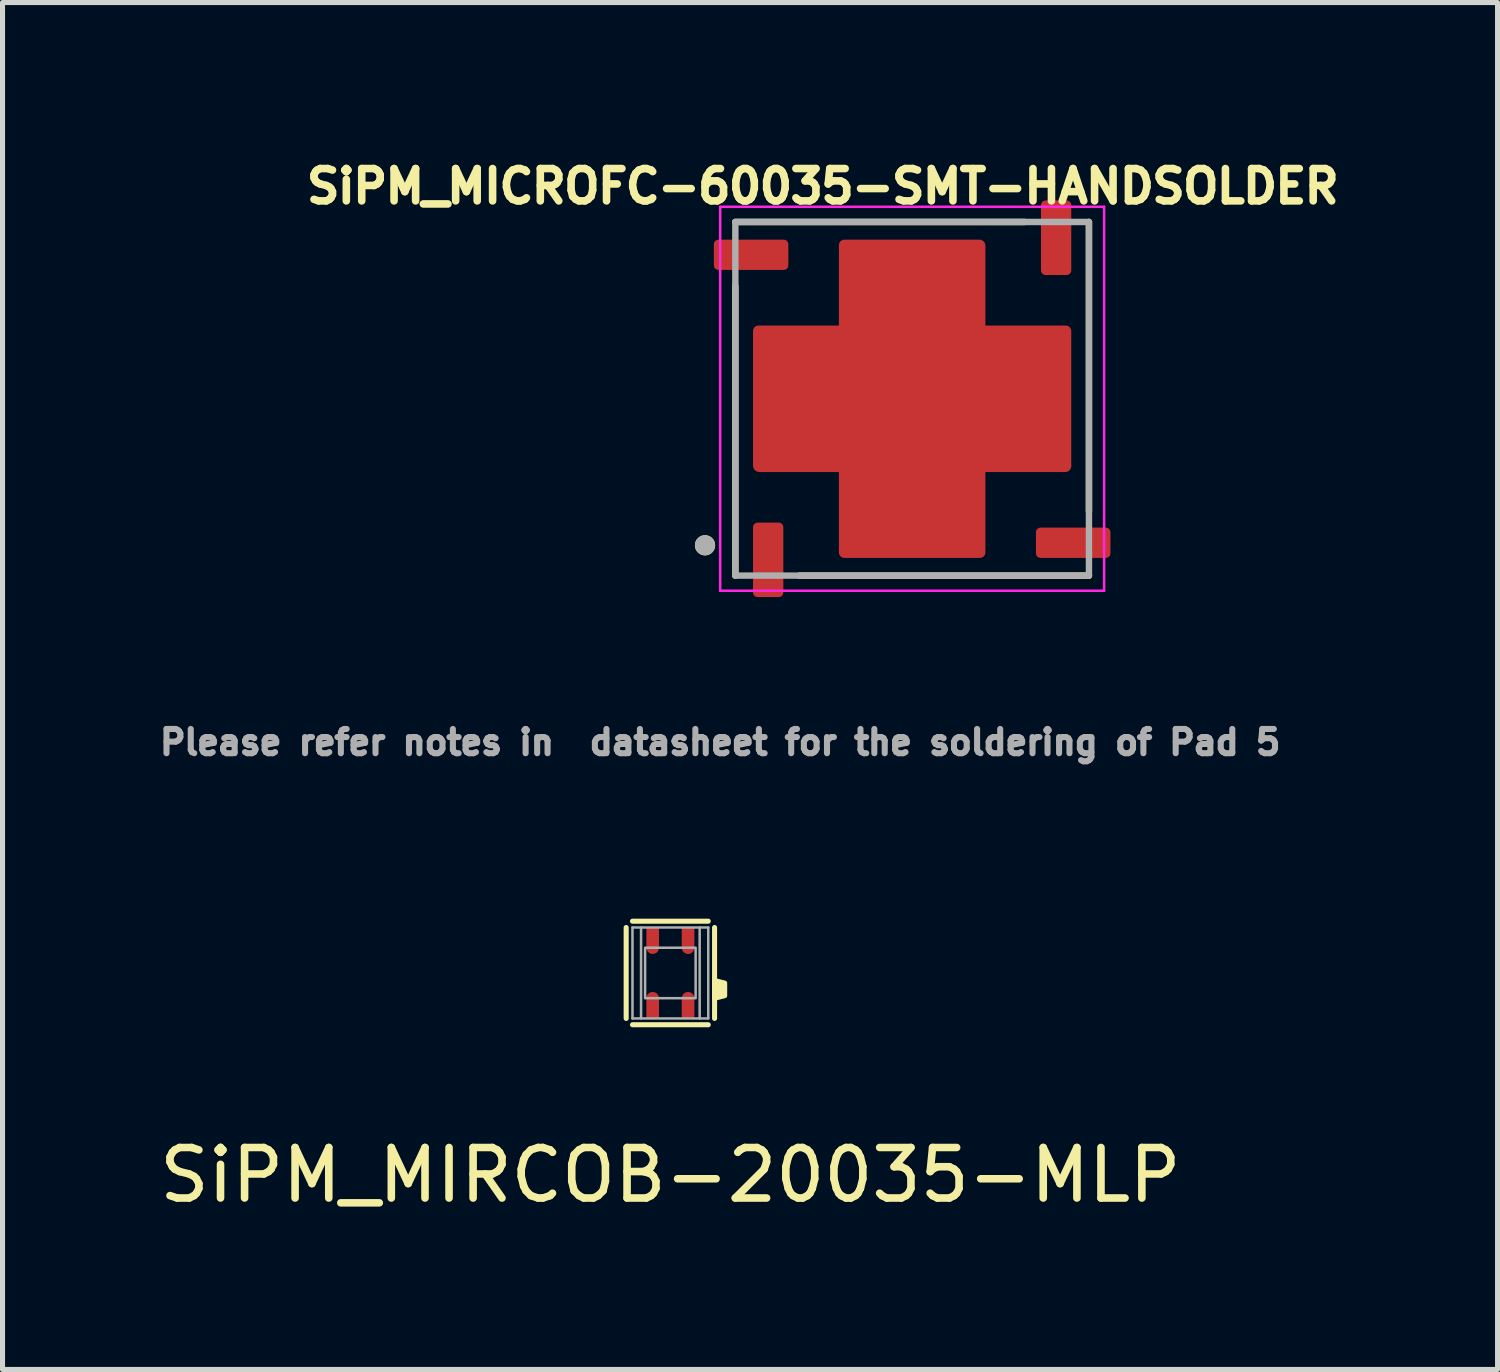
<source format=kicad_pcb>
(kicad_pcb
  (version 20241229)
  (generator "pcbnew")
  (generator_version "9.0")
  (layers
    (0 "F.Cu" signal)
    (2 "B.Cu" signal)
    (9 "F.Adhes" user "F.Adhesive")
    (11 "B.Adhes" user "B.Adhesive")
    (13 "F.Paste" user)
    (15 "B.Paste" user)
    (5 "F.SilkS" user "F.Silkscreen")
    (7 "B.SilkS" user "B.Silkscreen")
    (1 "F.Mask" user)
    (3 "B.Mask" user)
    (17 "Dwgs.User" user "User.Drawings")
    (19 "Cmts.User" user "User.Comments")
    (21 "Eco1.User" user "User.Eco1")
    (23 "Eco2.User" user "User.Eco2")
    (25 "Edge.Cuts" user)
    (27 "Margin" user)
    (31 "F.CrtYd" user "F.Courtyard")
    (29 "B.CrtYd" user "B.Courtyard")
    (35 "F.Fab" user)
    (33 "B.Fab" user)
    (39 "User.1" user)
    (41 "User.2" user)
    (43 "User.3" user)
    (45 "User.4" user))
  (footprint "SiPM_MICROFC-60035-SMT-HANDSOLDER"
    (layer "F.Cu")
    (at 15.006 4.844)
    (property "Reference" "SiPM_MICROFC-60035-SMT-HANDSOLDER" (at -1.768 -4.206 0) (layer "F.SilkS") (effects (font (size 0.64 0.64) (thickness 0.15))))
    (attr through_hole)
    (fp_poly (pts (xy -1.55 -1.55) (xy -1.55 -3.04) (xy -1.55 -3.051) (xy -1.549 -3.062) (xy -1.547 -3.073) (xy -1.545 -3.084) (xy -1.543 -3.094) (xy -1.54 -3.105) (xy -1.536 -3.115) (xy -1.532 -3.125) (xy -1.527 -3.135) (xy -1.522 -3.145) (xy -1.516 -3.154) (xy -1.51 -3.163) (xy -1.503 -3.172) (xy -1.496 -3.181) (xy -1.488 -3.188) (xy -1.481 -3.196) (xy -1.472 -3.203) (xy -1.463 -3.21) (xy -1.454 -3.216) (xy -1.445 -3.222) (xy -1.435 -3.227) (xy -1.425 -3.232) (xy -1.415 -3.236) (xy -1.405 -3.24) (xy -1.394 -3.243) (xy -1.384 -3.245) (xy -1.373 -3.247) (xy -1.362 -3.249) (xy -1.351 -3.25) (xy -1.34 -3.25) (xy -1.32 -3.25) (xy 1.33 -3.25) (xy 1.342 -3.25) (xy 1.353 -3.249) (xy 1.364 -3.247) (xy 1.376 -3.245) (xy 1.387 -3.243) (xy 1.398 -3.239) (xy 1.409 -3.235) (xy 1.419 -3.231) (xy 1.43 -3.226) (xy 1.44 -3.221) (xy 1.45 -3.215) (xy 1.459 -3.208) (xy 1.468 -3.201) (xy 1.477 -3.193) (xy 1.486 -3.186) (xy 1.493 -3.177) (xy 1.501 -3.168) (xy 1.508 -3.159) (xy 1.515 -3.15) (xy 1.521 -3.14) (xy 1.526 -3.13) (xy 1.531 -3.119) (xy 1.535 -3.109) (xy 1.539 -3.098) (xy 1.543 -3.087) (xy 1.545 -3.076) (xy 1.547 -3.064) (xy 1.549 -3.053) (xy 1.55 -3.042) (xy 1.55 -3.03) (xy 1.55 -1.55) (xy 3.04 -1.55) (xy 3.051 -1.55) (xy 3.062 -1.549) (xy 3.073 -1.547) (xy 3.084 -1.545) (xy 3.094 -1.543) (xy 3.105 -1.54) (xy 3.115 -1.536) (xy 3.125 -1.532) (xy 3.135 -1.527) (xy 3.145 -1.522) (xy 3.154 -1.516) (xy 3.163 -1.51) (xy 3.172 -1.503) (xy 3.181 -1.496) (xy 3.188 -1.488) (xy 3.196 -1.481) (xy 3.203 -1.472) (xy 3.21 -1.463) (xy 3.216 -1.454) (xy 3.222 -1.445) (xy 3.227 -1.435) (xy 3.232 -1.425) (xy 3.236 -1.415) (xy 3.24 -1.405) (xy 3.243 -1.394) (xy 3.245 -1.384) (xy 3.247 -1.373) (xy 3.249 -1.362) (xy 3.25 -1.351) (xy 3.25 -1.34) (xy 3.25 -1.31) (xy 3.25 1.3) (xy 3.25 1.33) (xy 3.25 1.342) (xy 3.249 1.353) (xy 3.247 1.364) (xy 3.245 1.376) (xy 3.243 1.387) (xy 3.239 1.398) (xy 3.235 1.409) (xy 3.231 1.419) (xy 3.226 1.43) (xy 3.221 1.44) (xy 3.215 1.45) (xy 3.208 1.459) (xy 3.201 1.468) (xy 3.193 1.477) (xy 3.186 1.486) (xy 3.177 1.493) (xy 3.168 1.501) (xy 3.159 1.508) (xy 3.15 1.515) (xy 3.14 1.521) (xy 3.13 1.526) (xy 3.119 1.531) (xy 3.109 1.535) (xy 3.098 1.539) (xy 3.087 1.543) (xy 3.076 1.545) (xy 3.064 1.547) (xy 3.053 1.549) (xy 3.042 1.55) (xy 3.03 1.55) (xy 1.55 1.55) (xy 1.55 3.04) (xy 1.55 3.051) (xy 1.549 3.062) (xy 1.547 3.073) (xy 1.545 3.084) (xy 1.543 3.094) (xy 1.54 3.105) (xy 1.536 3.115) (xy 1.532 3.125) (xy 1.527 3.135) (xy 1.522 3.145) (xy 1.516 3.154) (xy 1.51 3.163) (xy 1.503 3.172) (xy 1.496 3.181) (xy 1.488 3.188) (xy 1.481 3.196) (xy 1.472 3.203) (xy 1.463 3.21) (xy 1.454 3.216) (xy 1.445 3.222) (xy 1.435 3.227) (xy 1.425 3.232) (xy 1.415 3.236) (xy 1.405 3.24) (xy 1.394 3.243) (xy 1.384 3.245) (xy 1.373 3.247) (xy 1.362 3.249) (xy 1.351 3.25) (xy 1.34 3.25) (xy 1.31 3.25) (xy -1.32 3.25) (xy -1.34 3.25) (xy -1.351 3.25) (xy -1.362 3.249) (xy -1.373 3.247) (xy -1.384 3.245) (xy -1.394 3.243) (xy -1.405 3.24) (xy -1.415 3.236) (xy -1.425 3.232) (xy -1.435 3.227) (xy -1.445 3.222) (xy -1.454 3.216) (xy -1.463 3.21) (xy -1.472 3.203) (xy -1.481 3.196) (xy -1.488 3.188) (xy -1.496 3.181) (xy -1.503 3.172) (xy -1.51 3.163) (xy -1.516 3.154) (xy -1.522 3.145) (xy -1.527 3.135) (xy -1.532 3.125) (xy -1.536 3.115) (xy -1.54 3.105) (xy -1.543 3.094) (xy -1.545 3.084) (xy -1.547 3.073) (xy -1.549 3.062) (xy -1.55 3.051) (xy -1.55 3.04) (xy -1.55 1.55) (xy -3.02 1.55) (xy -3.032 1.55) (xy -3.044 1.549) (xy -3.056 1.547) (xy -3.068 1.545) (xy -3.08 1.542) (xy -3.091 1.539) (xy -3.102 1.535) (xy -3.114 1.53) (xy -3.124 1.525) (xy -3.135 1.519) (xy -3.145 1.513) (xy -3.155 1.506) (xy -3.165 1.499) (xy -3.174 1.491) (xy -3.183 1.483) (xy -3.191 1.474) (xy -3.199 1.465) (xy -3.206 1.455) (xy -3.213 1.445) (xy -3.219 1.435) (xy -3.225 1.424) (xy -3.23 1.414) (xy -3.235 1.402) (xy -3.239 1.391) (xy -3.242 1.38) (xy -3.245 1.368) (xy -3.247 1.356) (xy -3.249 1.344) (xy -3.25 1.332) (xy -3.25 1.32) (xy -3.25 -1.32) (xy -3.25 -1.34) (xy -3.25 -1.351) (xy -3.249 -1.362) (xy -3.247 -1.373) (xy -3.245 -1.384) (xy -3.243 -1.394) (xy -3.24 -1.405) (xy -3.236 -1.415) (xy -3.232 -1.425) (xy -3.227 -1.435) (xy -3.222 -1.445) (xy -3.216 -1.454) (xy -3.21 -1.463) (xy -3.203 -1.472) (xy -3.196 -1.481) (xy -3.188 -1.488) (xy -3.181 -1.496) (xy -3.172 -1.503) (xy -3.163 -1.51) (xy -3.154 -1.516) (xy -3.145 -1.522) (xy -3.135 -1.527) (xy -3.125 -1.532) (xy -3.115 -1.536) (xy -3.105 -1.54) (xy -3.094 -1.543) (xy -3.084 -1.545) (xy -3.073 -1.547) (xy -3.062 -1.549) (xy -3.051 -1.55) (xy -3.04 -1.55) (xy -1.55 -1.55)) (stroke (width 0.0001) (type solid)) (fill yes) (layer "F.Mask"))
    (fp_line (start -3.5 -3.5) (end 2.23 -3.5) (stroke (width 0.127) (type solid)) (layer "F.SilkS"))
    (fp_line (start -3.5 -2.23) (end -3.5 3.5) (stroke (width 0.127) (type solid)) (layer "F.SilkS"))
    (fp_line (start -2.23 3.5) (end 3.5 3.5) (stroke (width 0.127) (type solid)) (layer "F.SilkS"))
    (fp_line (start 3.5 -3.5) (end 3.5 2.23) (stroke (width 0.127) (type solid)) (layer "F.SilkS"))
    (fp_circle (center -4.1 2.9) (end -4 2.9) (stroke (width 0.2) (type solid)) (fill no) (layer "F.SilkS"))
    (fp_poly (pts (xy -3.325 -0.6) (xy -1.275 -0.6) (xy -1.275 0.6) (xy -3.325 0.6)) (stroke (width 0.01) (type solid)) (fill yes) (layer "F.Paste"))
    (fp_poly (pts (xy -1.025 -2.9) (xy 1.025 -2.9) (xy 1.025 -1.7) (xy -1.025 -1.7)) (stroke (width 0.01) (type solid)) (fill yes) (layer "F.Paste"))
    (fp_poly (pts (xy -1.025 -1.025) (xy 1.025 -1.025) (xy 1.025 1.025) (xy -1.025 1.025)) (stroke (width 0.01) (type solid)) (fill yes) (layer "F.Paste"))
    (fp_poly (pts (xy -1.025 1.7) (xy 1.025 1.7) (xy 1.025 2.9) (xy -1.025 2.9)) (stroke (width 0.01) (type solid)) (fill yes) (layer "F.Paste"))
    (fp_poly (pts (xy 1.275 -0.6) (xy 3.325 -0.6) (xy 3.325 0.6) (xy 1.275 0.6)) (stroke (width 0.01) (type solid)) (fill yes) (layer "F.Paste"))
    (fp_line (start -3.8 -3.8) (end 3.8 -3.8) (stroke (width 0.05) (type solid)) (layer "F.CrtYd"))
    (fp_line (start -3.8 3.8) (end -3.8 -3.8) (stroke (width 0.05) (type solid)) (layer "F.CrtYd"))
    (fp_line (start 3.8 -3.8) (end 3.8 3.8) (stroke (width 0.05) (type solid)) (layer "F.CrtYd"))
    (fp_line (start 3.8 3.8) (end -3.8 3.8) (stroke (width 0.05) (type solid)) (layer "F.CrtYd"))
    (fp_line (start -3.5 -3.5) (end 3.5 -3.5) (stroke (width 0.127) (type solid)) (layer "F.Fab"))
    (fp_line (start -3.5 3.5) (end -3.5 -3.5) (stroke (width 0.127) (type solid)) (layer "F.Fab"))
    (fp_line (start 3.5 -3.5) (end 3.5 3.5) (stroke (width 0.127) (type solid)) (layer "F.Fab"))
    (fp_line (start 3.5 3.5) (end -3.5 3.5) (stroke (width 0.127) (type solid)) (layer "F.Fab"))
    (fp_circle (center -4.1 2.9) (end -4 2.9) (stroke (width 0.2) (type solid)) (fill no) (layer "F.Fab"))
    (fp_text user "Please refer notes in  datasheet for the soldering of Pad 5" (at -3.8 6.8 0) (layer "F.Fab") (effects (font (size 0.48 0.48) (thickness 0.15))))
    (pad "1" smd roundrect (at -2.85 3.188 90) (size 1.475 0.6) (layers "F.Cu" "F.Mask" "F.Paste") (roundrect_rratio 0.15))
    (pad "2" smd roundrect (at 3.188 2.85 180) (size 1.475 0.6) (layers "F.Cu" "F.Mask" "F.Paste") (roundrect_rratio 0.15))
    (pad "3" smd roundrect (at 2.85 -3.188 270) (size 1.475 0.6) (layers "F.Cu" "F.Mask" "F.Paste") (roundrect_rratio 0.15))
    (pad "4" smd roundrect (at -3.188 -2.85) (size 1.475 0.6) (layers "F.Cu" "F.Mask" "F.Paste") (roundrect_rratio 0.15))
    (pad "MP" smd custom (at 0 0) (size 2.9 2.9) (layers "F.Cu") (options (anchor rect)) (primitives (gr_poly (pts (xy -1.45 -1.45) (xy -1.45 -3.04) (xy -1.45 -3.046) (xy -1.449 -3.051) (xy -1.449 -3.057) (xy -1.448 -3.063) (xy -1.446 -3.068) (xy -1.445 -3.074) (xy -1.443 -3.079) (xy -1.44 -3.085) (xy -1.438 -3.09) (xy -1.435 -3.095) (xy -1.432 -3.1) (xy -1.429 -3.105) (xy -1.425 -3.109) (xy -1.422 -3.114) (xy -1.418 -3.118) (xy -1.414 -3.122) (xy -1.409 -3.125) (xy -1.405 -3.129) (xy -1.4 -3.132) (xy -1.395 -3.135) (xy -1.39 -3.138) (xy -1.385 -3.14) (xy -1.379 -3.143) (xy -1.374 -3.145) (xy -1.368 -3.146) (xy -1.363 -3.148) (xy -1.357 -3.149) (xy -1.351 -3.149) (xy -1.346 -3.15) (xy -1.34 -3.15) (xy -1.32 -3.15) (xy 1.33 -3.15) (xy 1.336 -3.15) (xy 1.343 -3.149) (xy 1.349 -3.149) (xy 1.355 -3.147) (xy 1.361 -3.146) (xy 1.367 -3.144) (xy 1.373 -3.142) (xy 1.379 -3.14) (xy 1.384 -3.137) (xy 1.39 -3.134) (xy 1.395 -3.131) (xy 1.401 -3.127) (xy 1.406 -3.123) (xy 1.41 -3.119) (xy 1.415 -3.115) (xy 1.419 -3.11) (xy 1.423 -3.106) (xy 1.427 -3.101) (xy 1.431 -3.095) (xy 1.434 -3.09) (xy 1.437 -3.084) (xy 1.44 -3.079) (xy 1.442 -3.073) (xy 1.444 -3.067) (xy 1.446 -3.061) (xy 1.447 -3.055) (xy 1.449 -3.049) (xy 1.449 -3.043) (xy 1.45 -3.036) (xy 1.45 -3.03) (xy 1.45 -1.45) (xy 3.04 -1.45) (xy 3.046 -1.45) (xy 3.051 -1.449) (xy 3.057 -1.449) (xy 3.063 -1.448) (xy 3.068 -1.446) (xy 3.074 -1.445) (xy 3.079 -1.443) (xy 3.085 -1.44) (xy 3.09 -1.438) (xy 3.095 -1.435) (xy 3.1 -1.432) (xy 3.105 -1.429) (xy 3.109 -1.425) (xy 3.114 -1.422) (xy 3.118 -1.418) (xy 3.122 -1.414) (xy 3.125 -1.409) (xy 3.129 -1.405) (xy 3.132 -1.4) (xy 3.135 -1.395) (xy 3.138 -1.39) (xy 3.14 -1.385) (xy 3.143 -1.379) (xy 3.145 -1.374) (xy 3.146 -1.368) (xy 3.148 -1.363) (xy 3.149 -1.357) (xy 3.149 -1.351) (xy 3.15 -1.346) (xy 3.15 -1.34) (xy 3.15 -1.31) (xy 3.15 1.3) (xy 3.15 1.33) (xy 3.15 1.336) (xy 3.149 1.343) (xy 3.149 1.349) (xy 3.147 1.355) (xy 3.146 1.361) (xy 3.144 1.367) (xy 3.142 1.373) (xy 3.14 1.379) (xy 3.137 1.384) (xy 3.134 1.39) (xy 3.131 1.395) (xy 3.127 1.401) (xy 3.123 1.406) (xy 3.119 1.41) (xy 3.115 1.415) (xy 3.11 1.419) (xy 3.106 1.423) (xy 3.101 1.427) (xy 3.095 1.431) (xy 3.09 1.434) (xy 3.084 1.437) (xy 3.079 1.44) (xy 3.073 1.442) (xy 3.067 1.444) (xy 3.061 1.446) (xy 3.055 1.447) (xy 3.049 1.449) (xy 3.043 1.449) (xy 3.036 1.45) (xy 3.03 1.45) (xy 1.45 1.45) (xy 1.45 3.04) (xy 1.45 3.046) (xy 1.449 3.051) (xy 1.449 3.057) (xy 1.448 3.063) (xy 1.446 3.068) (xy 1.445 3.074) (xy 1.443 3.079) (xy 1.44 3.085) (xy 1.438 3.09) (xy 1.435 3.095) (xy 1.432 3.1) (xy 1.429 3.105) (xy 1.425 3.109) (xy 1.422 3.114) (xy 1.418 3.118) (xy 1.414 3.122) (xy 1.409 3.125) (xy 1.405 3.129) (xy 1.4 3.132) (xy 1.395 3.135) (xy 1.39 3.138) (xy 1.385 3.14) (xy 1.379 3.143) (xy 1.374 3.145) (xy 1.368 3.146) (xy 1.363 3.148) (xy 1.357 3.149) (xy 1.351 3.149) (xy 1.346 3.15) (xy 1.34 3.15) (xy 1.31 3.15) (xy -1.32 3.15) (xy -1.34 3.15) (xy -1.346 3.15) (xy -1.351 3.149) (xy -1.357 3.149) (xy -1.363 3.148) (xy -1.368 3.146) (xy -1.374 3.145) (xy -1.379 3.143) (xy -1.385 3.14) (xy -1.39 3.138) (xy -1.395 3.135) (xy -1.4 3.132) (xy -1.405 3.129) (xy -1.409 3.125) (xy -1.414 3.122) (xy -1.418 3.118) (xy -1.422 3.114) (xy -1.425 3.109) (xy -1.429 3.105) (xy -1.432 3.1) (xy -1.435 3.095) (xy -1.438 3.09) (xy -1.44 3.085) (xy -1.443 3.079) (xy -1.445 3.074) (xy -1.446 3.068) (xy -1.448 3.063) (xy -1.449 3.057) (xy -1.449 3.051) (xy -1.45 3.046) (xy -1.45 3.04) (xy -1.45 1.45) (xy -3.02 1.45) (xy -3.027 1.45) (xy -3.034 1.449) (xy -3.04 1.448) (xy -3.047 1.447) (xy -3.054 1.446) (xy -3.06 1.444) (xy -3.067 1.441) (xy -3.073 1.439) (xy -3.079 1.436) (xy -3.085 1.433) (xy -3.091 1.429) (xy -3.096 1.425) (xy -3.102 1.421) (xy -3.107 1.417) (xy -3.112 1.412) (xy -3.117 1.407) (xy -3.121 1.402) (xy -3.125 1.396) (xy -3.129 1.391) (xy -3.133 1.385) (xy -3.136 1.379) (xy -3.139 1.373) (xy -3.141 1.367) (xy -3.144 1.36) (xy -3.146 1.354) (xy -3.147 1.347) (xy -3.148 1.34) (xy -3.149 1.334) (xy -3.15 1.327) (xy -3.15 1.32) (xy -3.15 -1.32) (xy -3.15 -1.34) (xy -3.15 -1.346) (xy -3.149 -1.351) (xy -3.149 -1.357) (xy -3.148 -1.363) (xy -3.146 -1.368) (xy -3.145 -1.374) (xy -3.143 -1.379) (xy -3.14 -1.385) (xy -3.138 -1.39) (xy -3.135 -1.395) (xy -3.132 -1.4) (xy -3.129 -1.405) (xy -3.125 -1.409) (xy -3.122 -1.414) (xy -3.118 -1.418) (xy -3.114 -1.422) (xy -3.109 -1.425) (xy -3.105 -1.429) (xy -3.1 -1.432) (xy -3.095 -1.435) (xy -3.09 -1.438) (xy -3.085 -1.44) (xy -3.079 -1.443) (xy -3.074 -1.445) (xy -3.068 -1.446) (xy -3.063 -1.448) (xy -3.057 -1.449) (xy -3.051 -1.449) (xy -3.046 -1.45) (xy -3.04 -1.45) (xy -1.45 -1.45)) (width 0.0001) (fill yes)))))
  (footprint "SiPM_MIRCOB-20035-MLP"
    (layer "F.Cu")
    (at 10.22 16.21)
    (property "Reference" "SiPM_MIRCOB-20035-MLP" (at 0 4 0) (layer "F.SilkS") (effects (font (size 1 1) (thickness 0.15))))
    (attr through_hole)
    (fp_line (start -0.875 0.9) (end -0.875 -0.9) (stroke (width 0.1) (type solid)) (layer "F.SilkS"))
    (fp_line (start -0.75 -1.025) (end 0.75 -1.025) (stroke (width 0.1) (type solid)) (layer "F.SilkS"))
    (fp_line (start 0.75 1.025) (end -0.75 1.025) (stroke (width 0.1) (type solid)) (layer "F.SilkS"))
    (fp_line (start 0.875 -0.9) (end 0.875 0.9) (stroke (width 0.1) (type solid)) (layer "F.SilkS"))
    (fp_poly (pts (xy 1.075 0.2) (xy 1.075 0.45) (xy 0.875 0.5) (xy 0.875 0.15)) (stroke (width 0.1) (type solid)) (fill yes) (layer "F.SilkS"))
    (fp_line (start -0.75 -0.9) (end 0.75 -0.9) (stroke (width 0.05) (type solid)) (layer "F.Fab"))
    (fp_line (start -0.75 0.9) (end -0.75 -0.9) (stroke (width 0.05) (type solid)) (layer "F.Fab"))
    (fp_line (start -0.58 -0.9) (end -0.58 0.9) (stroke (width 0.05) (type solid)) (layer "F.Fab"))
    (fp_line (start 0.58 -0.9) (end 0.58 0.9) (stroke (width 0.05) (type solid)) (layer "F.Fab"))
    (fp_line (start 0.75 -0.9) (end 0.75 0.9) (stroke (width 0.05) (type solid)) (layer "F.Fab"))
    (fp_line (start 0.75 0.9) (end -0.75 0.9) (stroke (width 0.05) (type solid)) (layer "F.Fab"))
    (fp_poly (pts (xy 0.5 0.5) (xy -0.5 0.5) (xy -0.5 -0.5) (xy 0.5 -0.5)) (stroke (width 0.05) (type solid)) (fill no) (layer "F.Fab"))
    (pad "1" smd custom (at -0.35 0.5) (size 0.25 0.25) (layers "F.Cu" "F.Mask" "F.Paste") (options (anchor circle)) (primitives (gr_poly (pts (xy 0.125 0.4) (xy -0.125 0.4) (xy -0.125 0) (xy 0.125 0)) (width 0) (fill yes))))
    (pad "2" smd custom (at 0.35 0.5) (size 0.25 0.25) (layers "F.Cu" "F.Mask" "F.Paste") (options (anchor circle)) (primitives (gr_poly (pts (xy 0.125 0.4) (xy -0.125 0.4) (xy -0.125 0) (xy 0.125 0)) (width 0) (fill yes))))
    (pad "3" smd custom (at 0.35 -0.5) (size 0.25 0.25) (layers "F.Cu" "F.Mask" "F.Paste") (options (anchor circle)) (primitives (gr_poly (pts (xy 0.125 0) (xy -0.125 0) (xy -0.125 -0.4) (xy 0.125 -0.4)) (width 0) (fill yes))))
    (pad "4" smd custom (at -0.35 -0.5) (size 0.25 0.25) (layers "F.Cu" "F.Mask" "F.Paste") (options (anchor circle)) (primitives (gr_poly (pts (xy 0.125 0) (xy -0.125 0) (xy -0.125 -0.4) (xy 0.125 -0.4)) (width 0) (fill yes)))))
  (gr_rect
    (start -3 -3)
    (end 26.594 24.059)
    (stroke (width 0.1) (type default))
    (fill no)
    (layer "Edge.Cuts")))
</source>
